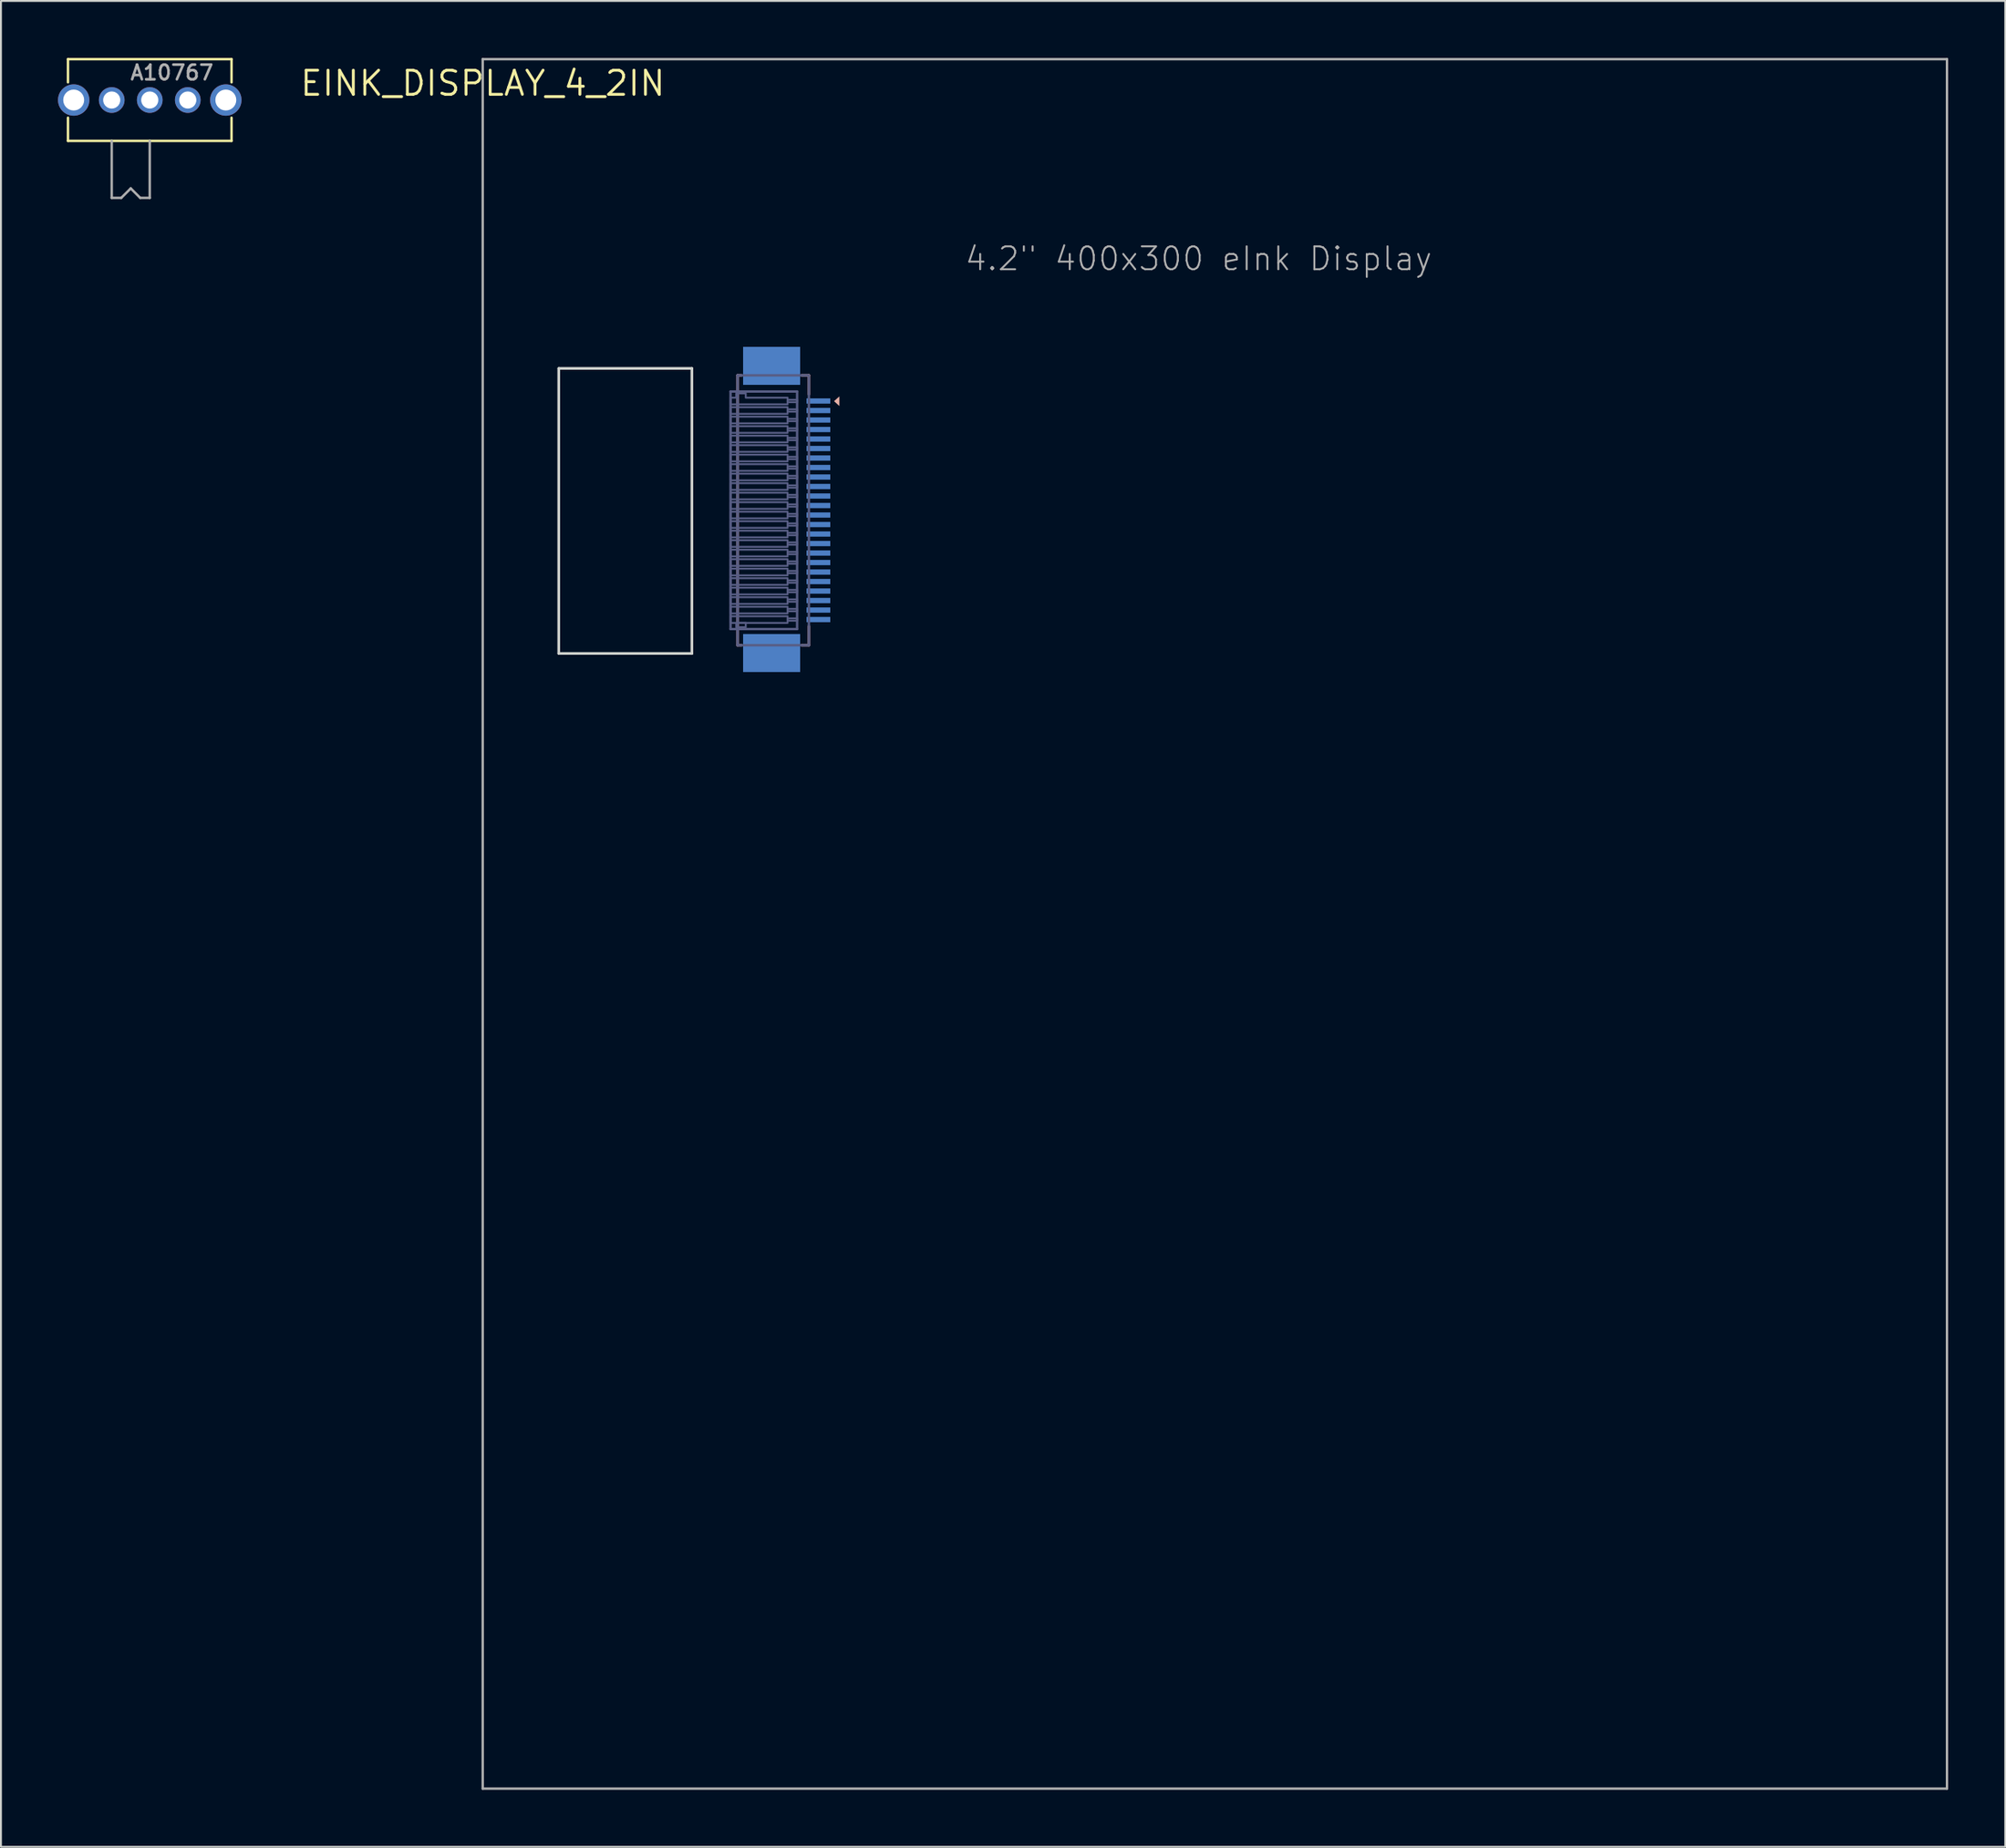
<source format=kicad_pcb>
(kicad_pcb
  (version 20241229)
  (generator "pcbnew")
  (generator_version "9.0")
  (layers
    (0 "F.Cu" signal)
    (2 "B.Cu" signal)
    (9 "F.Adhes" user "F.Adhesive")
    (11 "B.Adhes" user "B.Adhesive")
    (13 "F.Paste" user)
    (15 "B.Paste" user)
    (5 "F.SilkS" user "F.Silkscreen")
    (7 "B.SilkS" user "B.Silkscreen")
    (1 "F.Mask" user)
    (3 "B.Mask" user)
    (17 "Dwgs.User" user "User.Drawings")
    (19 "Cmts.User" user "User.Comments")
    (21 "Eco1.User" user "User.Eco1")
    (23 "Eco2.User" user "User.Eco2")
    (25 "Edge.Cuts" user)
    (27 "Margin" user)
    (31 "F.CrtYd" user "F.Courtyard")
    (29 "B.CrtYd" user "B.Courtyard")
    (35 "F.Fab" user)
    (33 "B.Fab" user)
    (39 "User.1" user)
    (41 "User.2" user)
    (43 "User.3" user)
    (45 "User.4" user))
  (footprint "A10767"
    (layer "F.Cu")
    (at 4.825 2.213)
    (property "Reference" "A10767" (at -1.092 -0.991 180) (layer "F.Fab") (effects (font (size 0.772 0.772) (thickness 0.139)) (justify left bottom)))
    (attr through_hole)
    (fp_line (start -4.3 -2.15) (end 4.3 -2.15) (stroke (width 0.127) (type solid)) (layer "F.SilkS"))
    (fp_line (start -4.3 -0.931) (end -4.3 -2.15) (stroke (width 0.127) (type solid)) (layer "F.SilkS"))
    (fp_line (start -4.3 0.931) (end -4.3 2.15) (stroke (width 0.127) (type solid)) (layer "F.SilkS"))
    (fp_line (start -2 2.15) (end -4.3 2.15) (stroke (width 0.127) (type solid)) (layer "F.SilkS"))
    (fp_line (start 0 2.15) (end -2 2.15) (stroke (width 0.127) (type solid)) (layer "F.SilkS"))
    (fp_line (start 4.3 -0.931) (end 4.3 -2.15) (stroke (width 0.127) (type solid)) (layer "F.SilkS"))
    (fp_line (start 4.3 0.931) (end 4.3 2.15) (stroke (width 0.127) (type solid)) (layer "F.SilkS"))
    (fp_line (start 4.3 2.15) (end 0 2.15) (stroke (width 0.127) (type solid)) (layer "F.SilkS"))
    (fp_line (start -2 2.15) (end -2 5.15) (stroke (width 0.127) (type solid)) (layer "F.Fab"))
    (fp_line (start -2 5.15) (end -1.5 5.15) (stroke (width 0.127) (type solid)) (layer "F.Fab"))
    (fp_line (start -1.5 5.15) (end -1 4.65) (stroke (width 0.127) (type solid)) (layer "F.Fab"))
    (fp_line (start -1 4.65) (end -0.5 5.15) (stroke (width 0.127) (type solid)) (layer "F.Fab"))
    (fp_line (start -0.5 5.15) (end 0 5.15) (stroke (width 0.127) (type solid)) (layer "F.Fab"))
    (fp_line (start 0 5.15) (end 0 2.15) (stroke (width 0.127) (type solid)) (layer "F.Fab"))
    (pad "MP1" thru_hole circle (at -4 0) (size 1.65 1.65) (drill 1.1) (layers "*.Cu" "*.Mask"))
    (pad "MP2" thru_hole circle (at 4 0) (size 1.65 1.65) (drill 1.1) (layers "*.Cu" "*.Mask"))
    (pad "P$1" thru_hole circle (at -2 0) (size 1.35 1.35) (drill 0.9) (layers "*.Cu" "*.Mask"))
    (pad "P$2" thru_hole circle (at 0 0) (size 1.35 1.35) (drill 0.9) (layers "*.Cu" "*.Mask"))
    (pad "P$3" thru_hole circle (at 2 0) (size 1.35 1.35) (drill 0.9) (layers "*.Cu" "*.Mask")))
  (footprint "EINK_DISPLAY_4_2IN"
    (layer "F.Cu")
    (at 22.333 1.333)
    (property "Reference" "EINK_DISPLAY_4_2IN" (at 0 0 0) (layer "F.SilkS") (effects (font (size 1.27 1.27) (thickness 0.15))))
    (attr through_hole)
    (fp_line (start 13.403 15.367) (end 13.403 29.567) (stroke (width 0.127) (type solid)) (layer "B.SilkS"))
    (fp_line (start 13.403 15.367) (end 13.606 15.367) (stroke (width 0.127) (type solid)) (layer "B.SilkS"))
    (fp_line (start 13.403 29.567) (end 13.606 29.567) (stroke (width 0.127) (type solid)) (layer "B.SilkS"))
    (fp_line (start 16.772 15.367) (end 17.153 15.367) (stroke (width 0.127) (type solid)) (layer "B.SilkS"))
    (fp_line (start 16.772 29.567) (end 17.153 29.567) (stroke (width 0.127) (type solid)) (layer "B.SilkS"))
    (fp_line (start 17.153 16.367) (end 17.153 15.367) (stroke (width 0.127) (type solid)) (layer "B.SilkS"))
    (fp_line (start 17.153 29.567) (end 17.153 28.567) (stroke (width 0.127) (type solid)) (layer "B.SilkS"))
    (fp_poly (pts (xy 18.756 16.473) (xy 18.756 16.981) (xy 18.475 16.727)) (stroke (width 0) (type solid)) (fill yes) (layer "B.SilkS"))
    (fp_line (start 4 15) (end 11 15) (stroke (width 0.127) (type solid)) (layer "Edge.Cuts"))
    (fp_line (start 4 15) (end 11 15) (stroke (width 0.127) (type solid)) (layer "Edge.Cuts"))
    (fp_line (start 4 30) (end 4 15) (stroke (width 0.127) (type solid)) (layer "Edge.Cuts"))
    (fp_line (start 4 30) (end 4 15) (stroke (width 0.127) (type solid)) (layer "Edge.Cuts"))
    (fp_line (start 11 15) (end 11 30) (stroke (width 0.127) (type solid)) (layer "Edge.Cuts"))
    (fp_line (start 11 15) (end 11 30) (stroke (width 0.127) (type solid)) (layer "Edge.Cuts"))
    (fp_line (start 11 30) (end 4 30) (stroke (width 0.127) (type solid)) (layer "Edge.Cuts"))
    (fp_line (start 11 30) (end 4 30) (stroke (width 0.127) (type solid)) (layer "Edge.Cuts"))
    (fp_line (start 13.033 16.217) (end 16.533 16.217) (stroke (width 0.127) (type solid)) (layer "B.Fab"))
    (fp_line (start 13.033 28.717) (end 13.033 16.217) (stroke (width 0.127) (type solid)) (layer "B.Fab"))
    (fp_line (start 13.403 15.367) (end 17.153 15.367) (stroke (width 0.127) (type solid)) (layer "B.Fab"))
    (fp_line (start 13.403 29.567) (end 13.403 15.367) (stroke (width 0.127) (type solid)) (layer "B.Fab"))
    (fp_line (start 16.533 16.217) (end 16.533 28.717) (stroke (width 0.127) (type solid)) (layer "B.Fab"))
    (fp_line (start 16.533 28.717) (end 13.033 28.717) (stroke (width 0.127) (type solid)) (layer "B.Fab"))
    (fp_line (start 17.153 15.467) (end 17.153 29.567) (stroke (width 0.127) (type solid)) (layer "B.Fab"))
    (fp_line (start 17.153 29.567) (end 13.403 29.567) (stroke (width 0.127) (type solid)) (layer "B.Fab"))
    (fp_poly (pts (xy 13.033 17.392) (xy 16.033 17.392) (xy 16.033 17.042) (xy 13.033 17.042)) (stroke (width 0.1) (type solid)) (fill no) (layer "B.Fab"))
    (fp_poly (pts (xy 13.033 17.892) (xy 16.033 17.892) (xy 16.033 17.542) (xy 13.033 17.542)) (stroke (width 0.1) (type solid)) (fill no) (layer "B.Fab"))
    (fp_poly (pts (xy 13.033 18.392) (xy 16.033 18.392) (xy 16.033 18.042) (xy 13.033 18.042)) (stroke (width 0.1) (type solid)) (fill no) (layer "B.Fab"))
    (fp_poly (pts (xy 13.033 18.892) (xy 16.033 18.892) (xy 16.033 18.542) (xy 13.033 18.542)) (stroke (width 0.1) (type solid)) (fill no) (layer "B.Fab"))
    (fp_poly (pts (xy 13.033 19.392) (xy 16.033 19.392) (xy 16.033 19.042) (xy 13.033 19.042)) (stroke (width 0.1) (type solid)) (fill no) (layer "B.Fab"))
    (fp_poly (pts (xy 13.033 19.892) (xy 16.033 19.892) (xy 16.033 19.542) (xy 13.033 19.542)) (stroke (width 0.1) (type solid)) (fill no) (layer "B.Fab"))
    (fp_poly (pts (xy 13.033 20.392) (xy 16.033 20.392) (xy 16.033 20.042) (xy 13.033 20.042)) (stroke (width 0.1) (type solid)) (fill no) (layer "B.Fab"))
    (fp_poly (pts (xy 13.033 20.892) (xy 16.033 20.892) (xy 16.033 20.542) (xy 13.033 20.542)) (stroke (width 0.1) (type solid)) (fill no) (layer "B.Fab"))
    (fp_poly (pts (xy 13.033 21.392) (xy 16.033 21.392) (xy 16.033 21.042) (xy 13.033 21.042)) (stroke (width 0.1) (type solid)) (fill no) (layer "B.Fab"))
    (fp_poly (pts (xy 13.033 21.892) (xy 16.033 21.892) (xy 16.033 21.542) (xy 13.033 21.542)) (stroke (width 0.1) (type solid)) (fill no) (layer "B.Fab"))
    (fp_poly (pts (xy 13.033 22.392) (xy 16.033 22.392) (xy 16.033 22.042) (xy 13.033 22.042)) (stroke (width 0.1) (type solid)) (fill no) (layer "B.Fab"))
    (fp_poly (pts (xy 13.033 22.892) (xy 16.033 22.892) (xy 16.033 22.542) (xy 13.033 22.542)) (stroke (width 0.1) (type solid)) (fill no) (layer "B.Fab"))
    (fp_poly (pts (xy 13.033 23.392) (xy 16.033 23.392) (xy 16.033 23.042) (xy 13.033 23.042)) (stroke (width 0.1) (type solid)) (fill no) (layer "B.Fab"))
    (fp_poly (pts (xy 13.033 23.892) (xy 16.033 23.892) (xy 16.033 23.542) (xy 13.033 23.542)) (stroke (width 0.1) (type solid)) (fill no) (layer "B.Fab"))
    (fp_poly (pts (xy 13.033 24.392) (xy 16.033 24.392) (xy 16.033 24.042) (xy 13.033 24.042)) (stroke (width 0.1) (type solid)) (fill no) (layer "B.Fab"))
    (fp_poly (pts (xy 13.033 24.892) (xy 16.033 24.892) (xy 16.033 24.542) (xy 13.033 24.542)) (stroke (width 0.1) (type solid)) (fill no) (layer "B.Fab"))
    (fp_poly (pts (xy 13.033 25.392) (xy 16.033 25.392) (xy 16.033 25.042) (xy 13.033 25.042)) (stroke (width 0.1) (type solid)) (fill no) (layer "B.Fab"))
    (fp_poly (pts (xy 13.033 25.892) (xy 16.033 25.892) (xy 16.033 25.542) (xy 13.033 25.542)) (stroke (width 0.1) (type solid)) (fill no) (layer "B.Fab"))
    (fp_poly (pts (xy 13.033 26.392) (xy 16.033 26.392) (xy 16.033 26.042) (xy 13.033 26.042)) (stroke (width 0.1) (type solid)) (fill no) (layer "B.Fab"))
    (fp_poly (pts (xy 13.033 26.892) (xy 16.033 26.892) (xy 16.033 26.542) (xy 13.033 26.542)) (stroke (width 0.1) (type solid)) (fill no) (layer "B.Fab"))
    (fp_poly (pts (xy 13.033 27.392) (xy 16.033 27.392) (xy 16.033 27.042) (xy 13.033 27.042)) (stroke (width 0.1) (type solid)) (fill no) (layer "B.Fab"))
    (fp_poly (pts (xy 13.033 27.892) (xy 16.033 27.892) (xy 16.033 27.542) (xy 13.033 27.542)) (stroke (width 0.1) (type solid)) (fill no) (layer "B.Fab"))
    (fp_poly (pts (xy 13.033 28.392) (xy 16.033 28.392) (xy 16.033 28.042) (xy 13.033 28.042)) (stroke (width 0.1) (type solid)) (fill no) (layer "B.Fab"))
    (fp_poly (pts (xy 13.333 28.617) (xy 13.833 28.617) (xy 13.833 28.392) (xy 13.333 28.392)) (stroke (width 0.1) (type solid)) (fill no) (layer "B.Fab"))
    (fp_poly (pts (xy 16.033 16.654) (xy 16.533 16.654) (xy 16.533 16.779) (xy 16.033 16.779)) (stroke (width 0.1) (type solid)) (fill no) (layer "B.Fab"))
    (fp_poly (pts (xy 16.033 17.154) (xy 16.533 17.154) (xy 16.533 17.279) (xy 16.033 17.279)) (stroke (width 0.1) (type solid)) (fill no) (layer "B.Fab"))
    (fp_poly (pts (xy 16.033 17.654) (xy 16.533 17.654) (xy 16.533 17.779) (xy 16.033 17.779)) (stroke (width 0.1) (type solid)) (fill no) (layer "B.Fab"))
    (fp_poly (pts (xy 16.033 18.154) (xy 16.533 18.154) (xy 16.533 18.279) (xy 16.033 18.279)) (stroke (width 0.1) (type solid)) (fill no) (layer "B.Fab"))
    (fp_poly (pts (xy 16.033 18.654) (xy 16.533 18.654) (xy 16.533 18.779) (xy 16.033 18.779)) (stroke (width 0.1) (type solid)) (fill no) (layer "B.Fab"))
    (fp_poly (pts (xy 16.033 19.154) (xy 16.533 19.154) (xy 16.533 19.279) (xy 16.033 19.279)) (stroke (width 0.1) (type solid)) (fill no) (layer "B.Fab"))
    (fp_poly (pts (xy 16.033 19.654) (xy 16.533 19.654) (xy 16.533 19.779) (xy 16.033 19.779)) (stroke (width 0.1) (type solid)) (fill no) (layer "B.Fab"))
    (fp_poly (pts (xy 16.033 20.154) (xy 16.533 20.154) (xy 16.533 20.279) (xy 16.033 20.279)) (stroke (width 0.1) (type solid)) (fill no) (layer "B.Fab"))
    (fp_poly (pts (xy 16.033 20.654) (xy 16.533 20.654) (xy 16.533 20.779) (xy 16.033 20.779)) (stroke (width 0.1) (type solid)) (fill no) (layer "B.Fab"))
    (fp_poly (pts (xy 16.033 21.154) (xy 16.533 21.154) (xy 16.533 21.279) (xy 16.033 21.279)) (stroke (width 0.1) (type solid)) (fill no) (layer "B.Fab"))
    (fp_poly (pts (xy 16.033 21.654) (xy 16.533 21.654) (xy 16.533 21.779) (xy 16.033 21.779)) (stroke (width 0.1) (type solid)) (fill no) (layer "B.Fab"))
    (fp_poly (pts (xy 16.033 22.154) (xy 16.533 22.154) (xy 16.533 22.279) (xy 16.033 22.279)) (stroke (width 0.1) (type solid)) (fill no) (layer "B.Fab"))
    (fp_poly (pts (xy 16.033 22.654) (xy 16.533 22.654) (xy 16.533 22.779) (xy 16.033 22.779)) (stroke (width 0.1) (type solid)) (fill no) (layer "B.Fab"))
    (fp_poly (pts (xy 16.033 23.154) (xy 16.533 23.154) (xy 16.533 23.279) (xy 16.033 23.279)) (stroke (width 0.1) (type solid)) (fill no) (layer "B.Fab"))
    (fp_poly (pts (xy 16.033 23.654) (xy 16.533 23.654) (xy 16.533 23.779) (xy 16.033 23.779)) (stroke (width 0.1) (type solid)) (fill no) (layer "B.Fab"))
    (fp_poly (pts (xy 16.033 24.154) (xy 16.533 24.154) (xy 16.533 24.279) (xy 16.033 24.279)) (stroke (width 0.1) (type solid)) (fill no) (layer "B.Fab"))
    (fp_poly (pts (xy 16.033 24.654) (xy 16.533 24.654) (xy 16.533 24.779) (xy 16.033 24.779)) (stroke (width 0.1) (type solid)) (fill no) (layer "B.Fab"))
    (fp_poly (pts (xy 16.033 25.154) (xy 16.533 25.154) (xy 16.533 25.279) (xy 16.033 25.279)) (stroke (width 0.1) (type solid)) (fill no) (layer "B.Fab"))
    (fp_poly (pts (xy 16.033 25.654) (xy 16.533 25.654) (xy 16.533 25.779) (xy 16.033 25.779)) (stroke (width 0.1) (type solid)) (fill no) (layer "B.Fab"))
    (fp_poly (pts (xy 16.033 26.154) (xy 16.533 26.154) (xy 16.533 26.279) (xy 16.033 26.279)) (stroke (width 0.1) (type solid)) (fill no) (layer "B.Fab"))
    (fp_poly (pts (xy 16.033 26.654) (xy 16.533 26.654) (xy 16.533 26.779) (xy 16.033 26.779)) (stroke (width 0.1) (type solid)) (fill no) (layer "B.Fab"))
    (fp_poly (pts (xy 16.033 27.154) (xy 16.533 27.154) (xy 16.533 27.279) (xy 16.033 27.279)) (stroke (width 0.1) (type solid)) (fill no) (layer "B.Fab"))
    (fp_poly (pts (xy 16.033 27.654) (xy 16.533 27.654) (xy 16.533 27.779) (xy 16.033 27.779)) (stroke (width 0.1) (type solid)) (fill no) (layer "B.Fab"))
    (fp_poly (pts (xy 16.033 28.154) (xy 16.533 28.154) (xy 16.533 28.279) (xy 16.033 28.279)) (stroke (width 0.1) (type solid)) (fill no) (layer "B.Fab"))
    (fp_poly (pts (xy 13.033 16.892) (xy 16.033 16.892) (xy 16.033 16.542) (xy 13.833 16.542) (xy 13.833 16.317) (xy 13.333 16.317) (xy 13.333 16.542) (xy 13.033 16.542)) (stroke (width 0.1) (type solid)) (fill no) (layer "B.Fab"))
    (fp_line (start 0 -1.27) (end 77 -1.27) (stroke (width 0.127) (type solid)) (layer "F.Fab"))
    (fp_line (start 0 89.73) (end 0 -1.27) (stroke (width 0.127) (type solid)) (layer "F.Fab"))
    (fp_line (start 77 -1.27) (end 77 89.73) (stroke (width 0.127) (type solid)) (layer "F.Fab"))
    (fp_line (start 77 89.73) (end 0 89.73) (stroke (width 0.127) (type solid)) (layer "F.Fab"))
    (fp_text user "4.2\" 400x300 eInk Display" (at 25.289 9.937 0) (layer "F.Fab") (effects (font (size 1.206 1.206) (thickness 0.102)) (justify left bottom)))
    (pad "1" smd rect (at 17.653 16.717 270) (size 0.275 1.25) (layers "B.Cu" "B.Mask" "B.Paste"))
    (pad "2" smd rect (at 17.653 17.217 270) (size 0.275 1.25) (layers "B.Cu" "B.Mask" "B.Paste"))
    (pad "3" smd rect (at 17.653 17.717 270) (size 0.275 1.25) (layers "B.Cu" "B.Mask" "B.Paste"))
    (pad "4" smd rect (at 17.653 18.217 270) (size 0.275 1.25) (layers "B.Cu" "B.Mask" "B.Paste"))
    (pad "5" smd rect (at 17.653 18.717 270) (size 0.275 1.25) (layers "B.Cu" "B.Mask" "B.Paste"))
    (pad "6" smd rect (at 17.653 19.217 270) (size 0.275 1.25) (layers "B.Cu" "B.Mask" "B.Paste"))
    (pad "7" smd rect (at 17.653 19.717 270) (size 0.275 1.25) (layers "B.Cu" "B.Mask" "B.Paste"))
    (pad "8" smd rect (at 17.653 20.217 270) (size 0.275 1.25) (layers "B.Cu" "B.Mask" "B.Paste"))
    (pad "9" smd rect (at 17.653 20.717 270) (size 0.275 1.25) (layers "B.Cu" "B.Mask" "B.Paste"))
    (pad "10" smd rect (at 17.653 21.217 270) (size 0.275 1.25) (layers "B.Cu" "B.Mask" "B.Paste"))
    (pad "11" smd rect (at 17.653 21.717 270) (size 0.275 1.25) (layers "B.Cu" "B.Mask" "B.Paste"))
    (pad "12" smd rect (at 17.653 22.217 270) (size 0.275 1.25) (layers "B.Cu" "B.Mask" "B.Paste"))
    (pad "13" smd rect (at 17.653 22.717 270) (size 0.275 1.25) (layers "B.Cu" "B.Mask" "B.Paste"))
    (pad "14" smd rect (at 17.653 23.217 270) (size 0.275 1.25) (layers "B.Cu" "B.Mask" "B.Paste"))
    (pad "15" smd rect (at 17.653 23.717 270) (size 0.275 1.25) (layers "B.Cu" "B.Mask" "B.Paste"))
    (pad "16" smd rect (at 17.653 24.217 270) (size 0.275 1.25) (layers "B.Cu" "B.Mask" "B.Paste"))
    (pad "17" smd rect (at 17.653 24.717 270) (size 0.275 1.25) (layers "B.Cu" "B.Mask" "B.Paste"))
    (pad "18" smd rect (at 17.653 25.217 270) (size 0.275 1.25) (layers "B.Cu" "B.Mask" "B.Paste"))
    (pad "19" smd rect (at 17.653 25.717 270) (size 0.275 1.25) (layers "B.Cu" "B.Mask" "B.Paste"))
    (pad "20" smd rect (at 17.653 26.217 270) (size 0.275 1.25) (layers "B.Cu" "B.Mask" "B.Paste"))
    (pad "21" smd rect (at 17.653 26.717 270) (size 0.275 1.25) (layers "B.Cu" "B.Mask" "B.Paste"))
    (pad "22" smd rect (at 17.653 27.217 270) (size 0.275 1.25) (layers "B.Cu" "B.Mask" "B.Paste"))
    (pad "23" smd rect (at 17.653 27.717 270) (size 0.275 1.25) (layers "B.Cu" "B.Mask" "B.Paste"))
    (pad "24" smd rect (at 17.653 28.217 270) (size 0.275 1.25) (layers "B.Cu" "B.Mask" "B.Paste"))
    (pad "SPRT1" smd rect (at 15.193 14.867) (size 3 2) (layers "B.Cu" "B.Mask" "B.Paste"))
    (pad "SPRT2" smd rect (at 15.193 29.977) (size 3 2) (layers "B.Cu" "B.Mask" "B.Paste")))
  (gr_rect
    (start -3 -3)
    (end 102.397 94.127)
    (stroke (width 0.1) (type default))
    (fill no)
    (layer "Edge.Cuts")))
</source>
